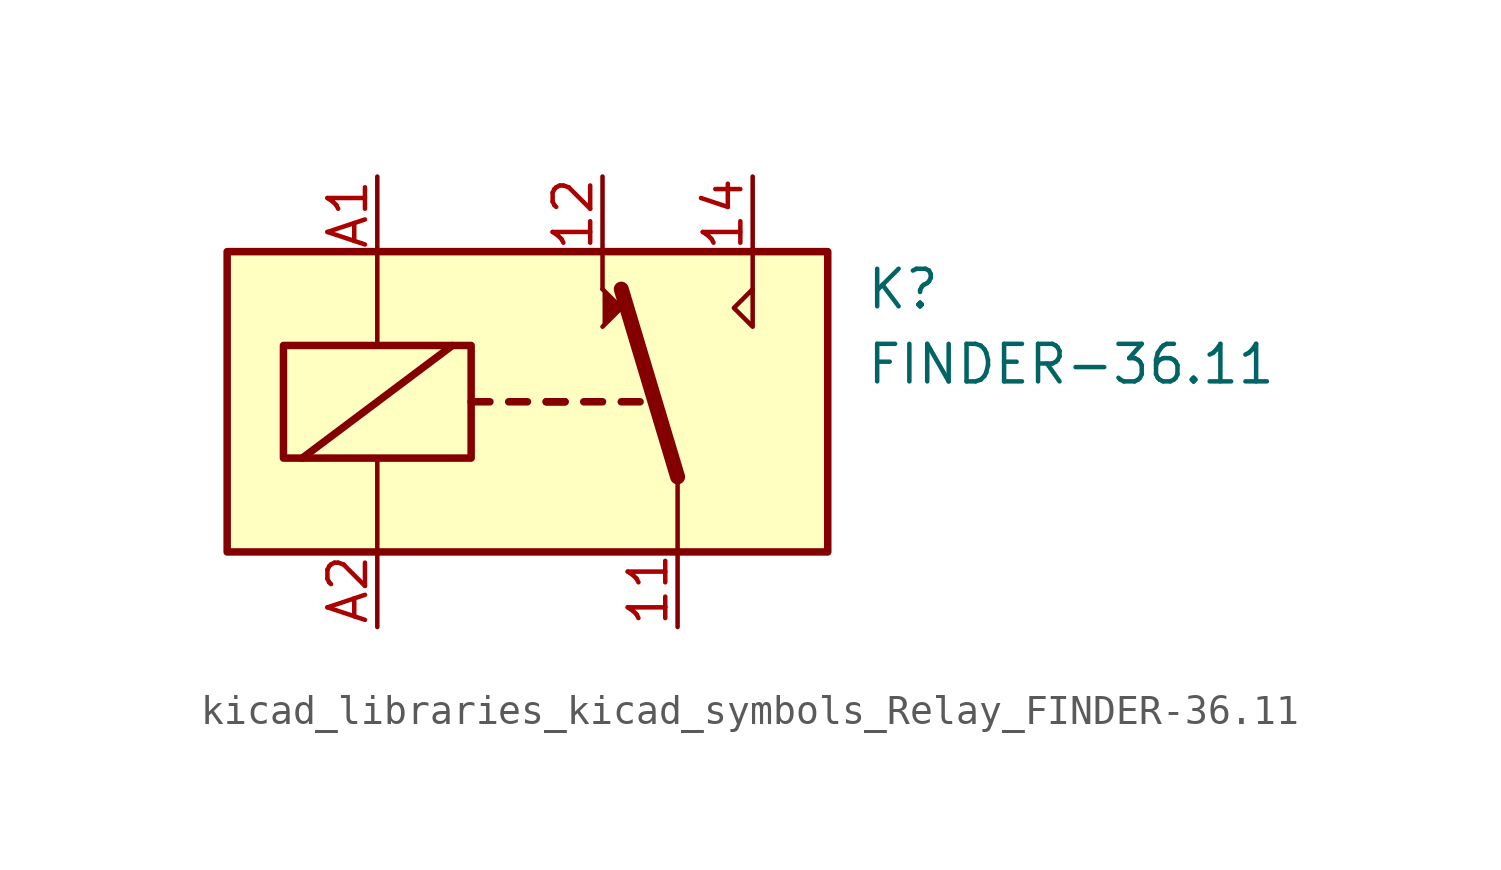
<source format=kicad_sym>
(kicad_symbol_lib
  (version 20220914)
  (generator kicad_symbol_editor)
  (symbol "kicad_libraries_kicad_symbols_Relay_FINDER-36.11"
    (property "Reference" "K"
      (at 11.43 3.81 0)
      (effects (font (size 1.27 1.27)) (justify left)))
    (property "Value" "FINDER-36.11"
      (at 11.43 1.27 0)
      (effects (font (size 1.27 1.27)) (justify left)))
    (symbol "kicad_libraries_kicad_symbols_Relay_FINDER-36.11_0_0"
      (polyline (pts (xy 2.54 3.81) (xy 2.54 5.08)) (stroke (width 0) (type default)) (fill (type none)))
      (polyline (pts (xy 7.62 3.81) (xy 7.62 5.08)) (stroke (width 0) (type default)) (fill (type none)))
      (polyline (pts (xy 7.62 3.81) (xy 7.62 2.54) (xy 6.985 3.175) (xy 7.62 3.81)) (stroke (width 0) (type default)) (fill (type none))))
    (symbol "kicad_libraries_kicad_symbols_Relay_FINDER-36.11_0_1"
      (rectangle (start -10.16 5.08) (end 10.16 -5.08) (stroke (width 0.254) (type default)) (fill (type background)))
      (rectangle (start -8.255 1.905) (end -1.905 -1.905) (stroke (width 0.254) (type default)) (fill (type none)))
      (polyline (pts (xy -7.62 -1.905) (xy -2.54 1.905)) (stroke (width 0.254) (type default)) (fill (type none)))
      (polyline (pts (xy -5.08 -5.08) (xy -5.08 -1.905)) (stroke (width 0) (type default)) (fill (type none)))
      (polyline (pts (xy -5.08 5.08) (xy -5.08 1.905)) (stroke (width 0) (type default)) (fill (type none)))
      (polyline (pts (xy -1.905 0) (xy -1.27 0)) (stroke (width 0.254) (type default)) (fill (type none)))
      (polyline (pts (xy -0.635 0) (xy 0 0)) (stroke (width 0.254) (type default)) (fill (type none)))
      (polyline (pts (xy 0.635 0) (xy 1.27 0)) (stroke (width 0.254) (type default)) (fill (type none)))
      (polyline (pts (xy 0.635 0) (xy 1.27 0)) (stroke (width 0.254) (type default)) (fill (type none)))
      (polyline (pts (xy 1.905 0) (xy 2.54 0)) (stroke (width 0.254) (type default)) (fill (type none)))
      (polyline (pts (xy 3.175 0) (xy 3.81 0)) (stroke (width 0.254) (type default)) (fill (type none)))
      (polyline (pts (xy 5.08 -2.54) (xy 3.175 3.81)) (stroke (width 0.508) (type default)) (fill (type none)))
      (polyline (pts (xy 5.08 -2.54) (xy 5.08 -5.08)) (stroke (width 0) (type default)) (fill (type none)))
      (polyline (pts (xy 2.54 2.54) (xy 3.175 3.175) (xy 2.54 3.81)) (stroke (width 0) (type default)) (fill (type outline))))
    (symbol "kicad_libraries_kicad_symbols_Relay_FINDER-36.11_1_1"
      (pin passive line (at 5.08 -7.62 90) (length 2.54) (name "~" (effects (font (size 1.27 1.27)))) (number "11" (effects (font (size 1.27 1.27)))))
      (pin passive line (at 2.54 7.62 270) (length 2.54) (name "~" (effects (font (size 1.27 1.27)))) (number "12" (effects (font (size 1.27 1.27)))))
      (pin passive line (at 7.62 7.62 270) (length 2.54) (name "~" (effects (font (size 1.27 1.27)))) (number "14" (effects (font (size 1.27 1.27)))))
      (pin passive line (at -5.08 7.62 270) (length 2.54) (name "~" (effects (font (size 1.27 1.27)))) (number "A1" (effects (font (size 1.27 1.27)))))
      (pin passive line (at -5.08 -7.62 90) (length 2.54) (name "~" (effects (font (size 1.27 1.27)))) (number "A2" (effects (font (size 1.27 1.27))))))))
</source>
